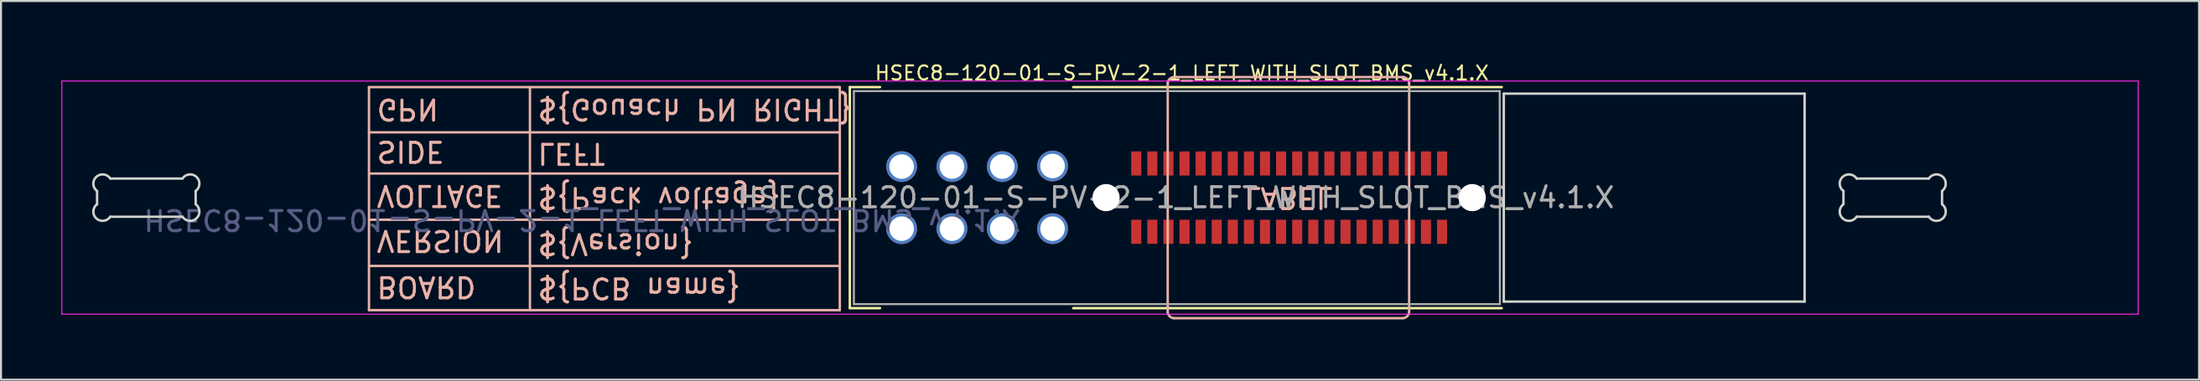
<source format=kicad_pcb>
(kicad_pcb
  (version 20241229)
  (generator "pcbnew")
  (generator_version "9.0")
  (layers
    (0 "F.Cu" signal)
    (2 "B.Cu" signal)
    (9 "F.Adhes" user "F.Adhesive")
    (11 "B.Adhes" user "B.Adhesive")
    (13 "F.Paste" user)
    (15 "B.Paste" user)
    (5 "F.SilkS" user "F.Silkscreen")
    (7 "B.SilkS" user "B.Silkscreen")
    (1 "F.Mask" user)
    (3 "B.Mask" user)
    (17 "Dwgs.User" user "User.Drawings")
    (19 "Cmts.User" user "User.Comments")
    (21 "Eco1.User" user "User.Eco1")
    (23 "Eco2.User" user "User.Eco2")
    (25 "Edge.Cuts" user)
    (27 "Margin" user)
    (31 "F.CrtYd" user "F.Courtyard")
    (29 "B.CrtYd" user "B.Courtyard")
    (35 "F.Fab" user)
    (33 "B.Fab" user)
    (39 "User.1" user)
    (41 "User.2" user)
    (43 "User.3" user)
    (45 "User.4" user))
  (footprint "HSEC8-120-01-S-PV-2-1_LEFT_WITH_SLOT_BMS_v4.1.X"
    (layer "F.Cu")
    (at 55.39 6.785)
    (property "Reference" "HSEC8-120-01-S-PV-2-1_LEFT_WITH_SLOT_BMS_v4.1.X" (at 0.3 -6.2 0) (layer "F.SilkS") (effects (font (size 0.7 0.7) (thickness 0.1))))
    (attr smd)
    (fp_line (start -16.2 -5.5) (end -16.2 5.5) (stroke (width 0.12) (type solid)) (layer "F.SilkS"))
    (fp_line (start -16.2 5.5) (end -14.7 5.5) (stroke (width 0.12) (type solid)) (layer "F.SilkS"))
    (fp_line (start -14.7 -5.5) (end -16.2 -5.5) (stroke (width 0.12) (type solid)) (layer "F.SilkS"))
    (fp_line (start -5.1 -5.5) (end 16.2 -5.5) (stroke (width 0.12) (type solid)) (layer "F.SilkS"))
    (fp_line (start 16.2 5.5) (end -5.1 5.5) (stroke (width 0.12) (type solid)) (layer "F.SilkS"))
    (fp_line (start -40.1 -5.5) (end -40.1 5.6) (stroke (width 0.12) (type solid)) (layer "B.SilkS"))
    (fp_line (start -32.1 -5.5) (end -32.1 5.6) (stroke (width 0.12) (type solid)) (layer "B.SilkS"))
    (fp_line (start -16.7 -5.5) (end -40.1 -5.5) (stroke (width 0.12) (type solid)) (layer "B.SilkS"))
    (fp_line (start -16.7 -5.5) (end -16.7 5.6) (stroke (width 0.12) (type solid)) (layer "B.SilkS"))
    (fp_line (start -16.7 -3.25) (end -40.1 -3.25) (stroke (width 0.12) (type solid)) (layer "B.SilkS"))
    (fp_line (start -16.7 -1.2) (end -40.1 -1.2) (stroke (width 0.12) (type solid)) (layer "B.SilkS"))
    (fp_line (start -16.7 1.1) (end -40.1 1.1) (stroke (width 0.12) (type solid)) (layer "B.SilkS"))
    (fp_line (start -16.7 3.4) (end -40.1 3.4) (stroke (width 0.12) (type solid)) (layer "B.SilkS"))
    (fp_line (start -16.7 5.6) (end -40.1 5.6) (stroke (width 0.12) (type solid)) (layer "B.SilkS"))
    (fp_line (start -0.4 -5.7) (end -0.401 5.7) (stroke (width 0.12) (type solid)) (layer "B.SilkS"))
    (fp_line (start -0.1 -6) (end 11.3 -6) (stroke (width 0.12) (type solid)) (layer "B.SilkS"))
    (fp_line (start 11.299 6) (end -0.1 6) (stroke (width 0.12) (type solid)) (layer "B.SilkS"))
    (fp_line (start 11.599 5.7) (end 11.6 -5.7) (stroke (width 0.12) (type solid)) (layer "B.SilkS"))
    (fp_arc (start -0.4 -5.7) (mid -0.304587 -5.904587) (end -0.1 -6) (stroke (width 0.12) (type solid)) (layer "B.SilkS"))
    (fp_arc (start -0.1 6) (mid -0.305276 5.904839) (end -0.4014 5.7) (stroke (width 0.12) (type solid)) (layer "B.SilkS"))
    (fp_arc (start 11.3 -6) (mid 11.504587 -5.904587) (end 11.6 -5.7) (stroke (width 0.12) (type solid)) (layer "B.SilkS"))
    (fp_arc (start 11.5986 5.7) (mid 11.503187 5.904587) (end 11.2986 6) (stroke (width 0.12) (type solid)) (layer "B.SilkS"))
    (fp_poly (pts (xy -14.62 0.28) (xy -12.63 0.28) (xy -12.63 5.31) (xy -14.62 5.31)) (stroke (width 0.05) (type solid)) (fill yes) (layer "F.Paste"))
    (fp_poly (pts (xy -12.63 -0.28) (xy -14.62 -0.28) (xy -14.62 -5.31) (xy -12.63 -5.31)) (stroke (width 0.05) (type solid)) (fill yes) (layer "F.Paste"))
    (fp_poly (pts (xy -12.12 0.28) (xy -10.13 0.28) (xy -10.13 5.31) (xy -12.12 5.31)) (stroke (width 0.05) (type solid)) (fill yes) (layer "F.Paste"))
    (fp_poly (pts (xy -10.13 -0.28) (xy -12.12 -0.28) (xy -12.12 -5.31) (xy -10.13 -5.31)) (stroke (width 0.05) (type solid)) (fill yes) (layer "F.Paste"))
    (fp_poly (pts (xy -9.62 0.28) (xy -7.63 0.28) (xy -7.63 5.31) (xy -9.62 5.31)) (stroke (width 0.05) (type solid)) (fill yes) (layer "F.Paste"))
    (fp_poly (pts (xy -7.63 -0.28) (xy -9.62 -0.28) (xy -9.62 -5.31) (xy -7.63 -5.31)) (stroke (width 0.05) (type solid)) (fill yes) (layer "F.Paste"))
    (fp_poly (pts (xy -7.12 0.28) (xy -5.13 0.28) (xy -5.13 5.31) (xy -7.12 5.31)) (stroke (width 0.05) (type solid)) (fill yes) (layer "F.Paste"))
    (fp_poly (pts (xy -5.13 -0.28) (xy -7.12 -0.28) (xy -7.12 -5.31) (xy -5.13 -5.31)) (stroke (width 0.05) (type solid)) (fill yes) (layer "F.Paste"))
    (fp_line (start -53.615 -0.33) (end -53.615 0.33) (stroke (width 0.12) (type solid)) (layer "Edge.Cuts"))
    (fp_line (start -49.37 -0.95) (end -52.96 -0.95) (stroke (width 0.12) (type solid)) (layer "Edge.Cuts"))
    (fp_line (start -49.37 0.95) (end -52.96 0.95) (stroke (width 0.12) (type solid)) (layer "Edge.Cuts"))
    (fp_line (start -48.715 -0.33) (end -48.715 0.33) (stroke (width 0.12) (type solid)) (layer "Edge.Cuts"))
    (fp_line (start 16.303 -5.174) (end 16.303 5.174) (stroke (width 0.12) (type solid)) (layer "Edge.Cuts"))
    (fp_line (start 31.255 -5.174) (end 16.303 -5.174) (stroke (width 0.12) (type solid)) (layer "Edge.Cuts"))
    (fp_line (start 31.255 -5.174) (end 31.255 5.174) (stroke (width 0.12) (type solid)) (layer "Edge.Cuts"))
    (fp_line (start 31.255 5.174) (end 16.303 5.174) (stroke (width 0.12) (type solid)) (layer "Edge.Cuts"))
    (fp_line (start 33.185 -0.33) (end 33.185 0.33) (stroke (width 0.12) (type solid)) (layer "Edge.Cuts"))
    (fp_line (start 37.43 -0.95) (end 33.84 -0.95) (stroke (width 0.12) (type solid)) (layer "Edge.Cuts"))
    (fp_line (start 37.43 0.95) (end 33.84 0.95) (stroke (width 0.12) (type solid)) (layer "Edge.Cuts"))
    (fp_line (start 38.085 -0.33) (end 38.085 0.33) (stroke (width 0.12) (type solid)) (layer "Edge.Cuts"))
    (fp_arc (start -53.615 -0.330229) (mid -53.656936 -1.030521) (end -52.96 -0.950229) (stroke (width 0.12) (type solid)) (layer "Edge.Cuts"))
    (fp_arc (start -52.96 0.949771) (mid -53.656943 1.03007) (end -53.615 0.329771) (stroke (width 0.12) (type solid)) (layer "Edge.Cuts"))
    (fp_arc (start -49.37 -0.950229) (mid -48.673057 -1.030528) (end -48.715 -0.330229) (stroke (width 0.12) (type solid)) (layer "Edge.Cuts"))
    (fp_arc (start -48.715 0.329771) (mid -48.673057 1.03007) (end -49.37 0.949771) (stroke (width 0.12) (type solid)) (layer "Edge.Cuts"))
    (fp_arc (start 33.185 -0.33) (mid 33.143059 -1.030297) (end 33.84 -0.95) (stroke (width 0.12) (type solid)) (layer "Edge.Cuts"))
    (fp_arc (start 33.84 0.95) (mid 33.143057 1.030299) (end 33.185 0.33) (stroke (width 0.12) (type solid)) (layer "Edge.Cuts"))
    (fp_arc (start 37.43 -0.95) (mid 38.126938 -1.030292) (end 38.085 -0.33) (stroke (width 0.12) (type solid)) (layer "Edge.Cuts"))
    (fp_arc (start 38.085 0.33) (mid 38.126943 1.030299) (end 37.43 0.95) (stroke (width 0.12) (type solid)) (layer "Edge.Cuts"))
    (fp_line (start -55.365 -5.8) (end 47.835 -5.8) (stroke (width 0.05) (type solid)) (layer "F.CrtYd"))
    (fp_line (start -55.365 5.8) (end -55.365 -5.8) (stroke (width 0.05) (type solid)) (layer "F.CrtYd"))
    (fp_line (start 47.835 -5.8) (end 47.835 5.8) (stroke (width 0.05) (type solid)) (layer "F.CrtYd"))
    (fp_line (start 47.835 5.8) (end -55.365 5.8) (stroke (width 0.05) (type solid)) (layer "F.CrtYd"))
    (fp_line (start -16 -5.3) (end 16.1 -5.3) (stroke (width 0.1) (type solid)) (layer "F.Fab"))
    (fp_line (start -16 5.3) (end -16 -5.3) (stroke (width 0.1) (type solid)) (layer "F.Fab"))
    (fp_line (start 16.1 -5.3) (end 16.11 5.3) (stroke (width 0.1) (type solid)) (layer "F.Fab"))
    (fp_line (start 16.11 5.3) (end -16 5.3) (stroke (width 0.1) (type solid)) (layer "F.Fab"))
    (fp_text user "${PCB name}" (at -31.8 4.5 180) (unlocked yes) (layer "B.SilkS") (effects (font (size 1 1) (thickness 0.15)) (justify left mirror)))
    (fp_text user "LABEL" (at 5.599 0 180) (unlocked yes) (layer "B.SilkS") (effects (font (size 1 1) (thickness 0.15)) (justify mirror)))
    (fp_text user "${Version}" (at -31.8 2.3 180) (unlocked yes) (layer "B.SilkS") (effects (font (size 1 1) (thickness 0.15)) (justify left mirror)))
    (fp_text user "BOARD" (at -39.8 4.44 180) (unlocked yes) (layer "B.SilkS") (effects (font (size 1 1) (thickness 0.15)) (justify left mirror)))
    (fp_text user "VERSION" (at -39.8 2.14 180) (unlocked yes) (layer "B.SilkS") (effects (font (size 1 1) (thickness 0.15)) (justify left mirror)))
    (fp_text user "GPN" (at -39.8 -4.4 180) (unlocked yes) (layer "B.SilkS") (effects (font (size 1 1) (thickness 0.15)) (justify left mirror)))
    (fp_text user "${Pack voltage}" (at -31.8 0 180) (unlocked yes) (layer "B.SilkS") (effects (font (size 1 1) (thickness 0.15)) (justify left mirror)))
    (fp_text user "SIDE" (at -39.8 -2.3 180) (unlocked yes) (layer "B.SilkS") (effects (font (size 1 1) (thickness 0.15)) (justify left mirror)))
    (fp_text user "VOLTAGE" (at -39.8 -0.1 180) (unlocked yes) (layer "B.SilkS") (effects (font (size 1 1) (thickness 0.15)) (justify left mirror)))
    (fp_text user "${Gouach PN RIGHT}" (at -31.8 -4.4 180) (unlocked yes) (layer "B.SilkS") (effects (font (size 1 1) (thickness 0.15)) (justify left mirror)))
    (fp_text user "LEFT" (at -31.8 -2.2 180) (unlocked yes) (layer "B.SilkS") (effects (font (size 1 1) (thickness 0.15)) (justify left mirror)))
    (fp_text user "${REFERENCE}" (at -29.5 1.1 180) (unlocked yes) (layer "B.Fab") (effects (font (size 1 1) (thickness 0.15)) (justify mirror)))
    (fp_text user "${REFERENCE}" (at 0 0 0) (layer "F.Fab") (effects (font (size 1 1) (thickness 0.15))))
    (fp_text user "FLASH CONNECTOR" (at 23.8 0 0) (unlocked yes) (layer "User.1") (effects (font (size 1 1) (thickness 0.15))))
    (pad "" np_thru_hole circle (at -3.465 0) (size 1.35 1.35) (drill 1.35) (layers "*.Cu" "*.Mask"))
    (pad "" np_thru_hole circle (at 14.735 0) (size 1.35 1.35) (drill 1.35) (layers "*.Cu" "*.Mask"))
    (pad "1" smd rect (at 13.235 1.7) (size 0.5 1.2) (layers "F.Cu" "F.Mask" "F.Paste"))
    (pad "2" smd rect (at 13.235 -1.7) (size 0.5 1.2) (layers "F.Cu" "F.Mask" "F.Paste"))
    (pad "3" smd rect (at 12.435 1.7) (size 0.5 1.2) (layers "F.Cu" "F.Mask" "F.Paste"))
    (pad "4" smd rect (at 12.435 -1.7) (size 0.5 1.2) (layers "F.Cu" "F.Mask" "F.Paste"))
    (pad "5" smd rect (at 11.635 1.7) (size 0.5 1.2) (layers "F.Cu" "F.Mask" "F.Paste"))
    (pad "6" smd rect (at 11.635 -1.7) (size 0.5 1.2) (layers "F.Cu" "F.Mask" "F.Paste"))
    (pad "7" smd rect (at 10.835 1.7) (size 0.5 1.2) (layers "F.Cu" "F.Mask" "F.Paste"))
    (pad "8" smd rect (at 10.835 -1.7) (size 0.5 1.2) (layers "F.Cu" "F.Mask" "F.Paste"))
    (pad "9" smd rect (at 10.035 1.7) (size 0.5 1.2) (layers "F.Cu" "F.Mask" "F.Paste"))
    (pad "10" smd rect (at 10.035 -1.7) (size 0.5 1.2) (layers "F.Cu" "F.Mask" "F.Paste"))
    (pad "11" smd rect (at 9.235 1.7) (size 0.5 1.2) (layers "F.Cu" "F.Mask" "F.Paste"))
    (pad "12" smd rect (at 9.235 -1.7) (size 0.5 1.2) (layers "F.Cu" "F.Mask" "F.Paste"))
    (pad "13" smd rect (at 8.435 1.7) (size 0.5 1.2) (layers "F.Cu" "F.Mask" "F.Paste"))
    (pad "14" smd rect (at 8.435 -1.7) (size 0.5 1.2) (layers "F.Cu" "F.Mask" "F.Paste"))
    (pad "15" smd rect (at 7.635 1.7) (size 0.5 1.2) (layers "F.Cu" "F.Mask" "F.Paste"))
    (pad "16" smd rect (at 7.635 -1.7) (size 0.5 1.2) (layers "F.Cu" "F.Mask" "F.Paste"))
    (pad "17" smd rect (at 6.835 1.7) (size 0.5 1.2) (layers "F.Cu" "F.Mask" "F.Paste"))
    (pad "18" smd rect (at 6.835 -1.7) (size 0.5 1.2) (layers "F.Cu" "F.Mask" "F.Paste"))
    (pad "19" smd rect (at 6.035 1.7) (size 0.5 1.2) (layers "F.Cu" "F.Mask" "F.Paste"))
    (pad "20" smd rect (at 6.035 -1.7) (size 0.5 1.2) (layers "F.Cu" "F.Mask" "F.Paste"))
    (pad "21" smd rect (at 5.235 1.7) (size 0.5 1.2) (layers "F.Cu" "F.Mask" "F.Paste"))
    (pad "22" smd rect (at 5.235 -1.7) (size 0.5 1.2) (layers "F.Cu" "F.Mask" "F.Paste"))
    (pad "23" smd rect (at 4.435 1.7) (size 0.5 1.2) (layers "F.Cu" "F.Mask" "F.Paste"))
    (pad "24" smd rect (at 4.435 -1.7) (size 0.5 1.2) (layers "F.Cu" "F.Mask" "F.Paste"))
    (pad "25" smd rect (at 3.635 1.7) (size 0.5 1.2) (layers "F.Cu" "F.Mask" "F.Paste"))
    (pad "26" smd rect (at 3.635 -1.7) (size 0.5 1.2) (layers "F.Cu" "F.Mask" "F.Paste"))
    (pad "27" smd rect (at 2.835 1.7) (size 0.5 1.2) (layers "F.Cu" "F.Mask" "F.Paste"))
    (pad "28" smd rect (at 2.835 -1.7) (size 0.5 1.2) (layers "F.Cu" "F.Mask" "F.Paste"))
    (pad "29" smd rect (at 2.035 1.7) (size 0.5 1.2) (layers "F.Cu" "F.Mask" "F.Paste"))
    (pad "30" smd rect (at 2.035 -1.7) (size 0.5 1.2) (layers "F.Cu" "F.Mask" "F.Paste"))
    (pad "31" smd rect (at 1.235 1.7) (size 0.5 1.2) (layers "F.Cu" "F.Mask" "F.Paste"))
    (pad "32" smd rect (at 1.235 -1.7) (size 0.5 1.2) (layers "F.Cu" "F.Mask" "F.Paste"))
    (pad "33" smd rect (at 0.435 1.7) (size 0.5 1.2) (layers "F.Cu" "F.Mask" "F.Paste"))
    (pad "34" smd rect (at 0.435 -1.7) (size 0.5 1.2) (layers "F.Cu" "F.Mask" "F.Paste"))
    (pad "35" smd rect (at -0.365 1.7) (size 0.5 1.2) (layers "F.Cu" "F.Mask" "F.Paste"))
    (pad "36" smd rect (at -0.365 -1.7) (size 0.5 1.2) (layers "F.Cu" "F.Mask" "F.Paste"))
    (pad "37" smd rect (at -1.165 1.7) (size 0.5 1.2) (layers "F.Cu" "F.Mask" "F.Paste"))
    (pad "38" smd rect (at -1.165 -1.7) (size 0.5 1.2) (layers "F.Cu" "F.Mask" "F.Paste"))
    (pad "39" smd rect (at -1.965 1.7) (size 0.5 1.2) (layers "F.Cu" "F.Mask" "F.Paste"))
    (pad "40" smd rect (at -1.965 -1.7) (size 0.5 1.2) (layers "F.Cu" "F.Mask" "F.Paste"))
    (pad "AP1" thru_hole circle (at -6.125 1.545 180) (size 1.53 1.53) (drill 1.22) (layers "*.Cu" "*.Mask"))
    (pad "AP2" thru_hole circle (at -6.125 -1.575) (size 1.53 1.53) (drill 1.22) (layers "*.Cu" "*.Mask"))
    (pad "BP1" thru_hole circle (at -8.625 1.545 180) (size 1.53 1.53) (drill 1.22) (layers "*.Cu" "*.Mask"))
    (pad "BP2" thru_hole circle (at -8.625 -1.545) (size 1.53 1.53) (drill 1.22) (layers "*.Cu" "*.Mask"))
    (pad "CP1" thru_hole circle (at -11.125 1.545 180) (size 1.53 1.53) (drill 1.22) (layers "*.Cu" "*.Mask"))
    (pad "CP2" thru_hole circle (at -11.125 -1.545) (size 1.53 1.53) (drill 1.22) (layers "*.Cu" "*.Mask"))
    (pad "DP1" thru_hole circle (at -13.625 1.545 180) (size 1.53 1.53) (drill 1.22) (layers "*.Cu" "*.Mask"))
    (pad "DP2" thru_hole circle (at -13.625 -1.545) (size 1.53 1.53) (drill 1.22) (layers "*.Cu" "*.Mask")))
  (gr_rect
    (start -3 -3)
    (end 106.25 15.845)
    (stroke (width 0.1) (type default))
    (fill no)
    (layer "Edge.Cuts")))
</source>
